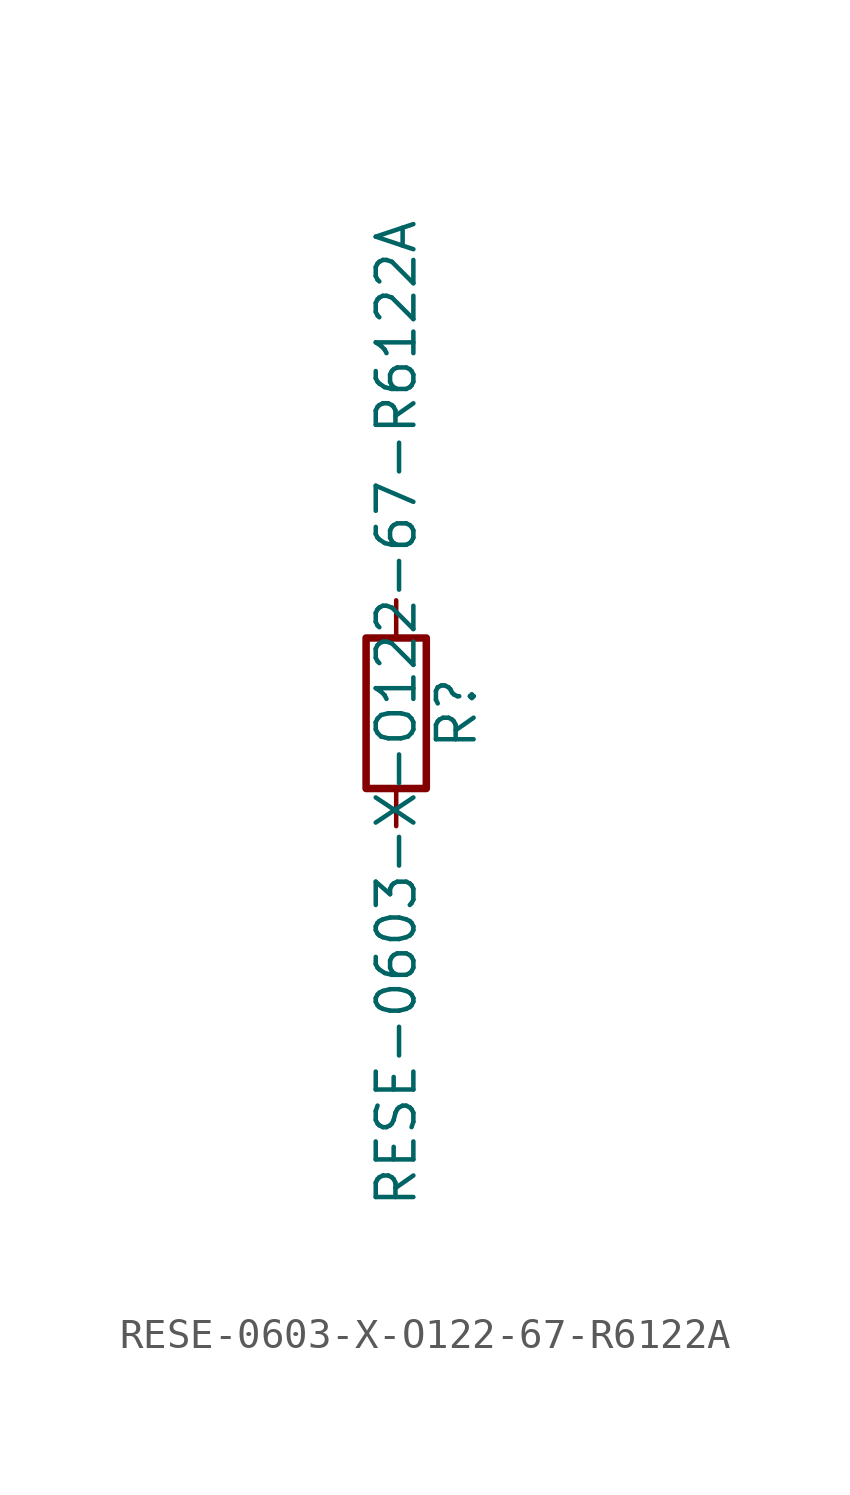
<source format=kicad_sym>
(kicad_symbol_lib
  (version 20211014)
  (generator kicad_symbol_editor)
  (symbol "RESE-0603-X-O122-67-R6122A"
    (pin_numbers hide)
    (pin_names
      (offset 0))
    (property "Reference" "R"
      (at 2.032 0 90)
      (effects (font (size 1.27 1.27))))
    (property "Value" "RESE-0603-X-O122-67-R6122A"
      (at 0 0 90)
      (effects (font (size 1.27 1.27))))
    (symbol "RESE-0603-X-O122-67-R6122A_0_1"
      (rectangle (start -1.016 -2.54) (end 1.016 2.54) (stroke (width 0.254) (type default) (color 0 0 0 0)) (fill (type none))))
    (symbol "RESE-0603-X-O122-67-R6122A_1_1"
      (pin passive line (at 0 3.81 270) (length 1.27) (name "~" (effects (font (size 1.27 1.27)))) (number "1" (effects (font (size 1.27 1.27)))))
      (pin passive line (at 0 -3.81 90) (length 1.27) (name "~" (effects (font (size 1.27 1.27)))) (number "2" (effects (font (size 1.27 1.27))))))))
</source>
